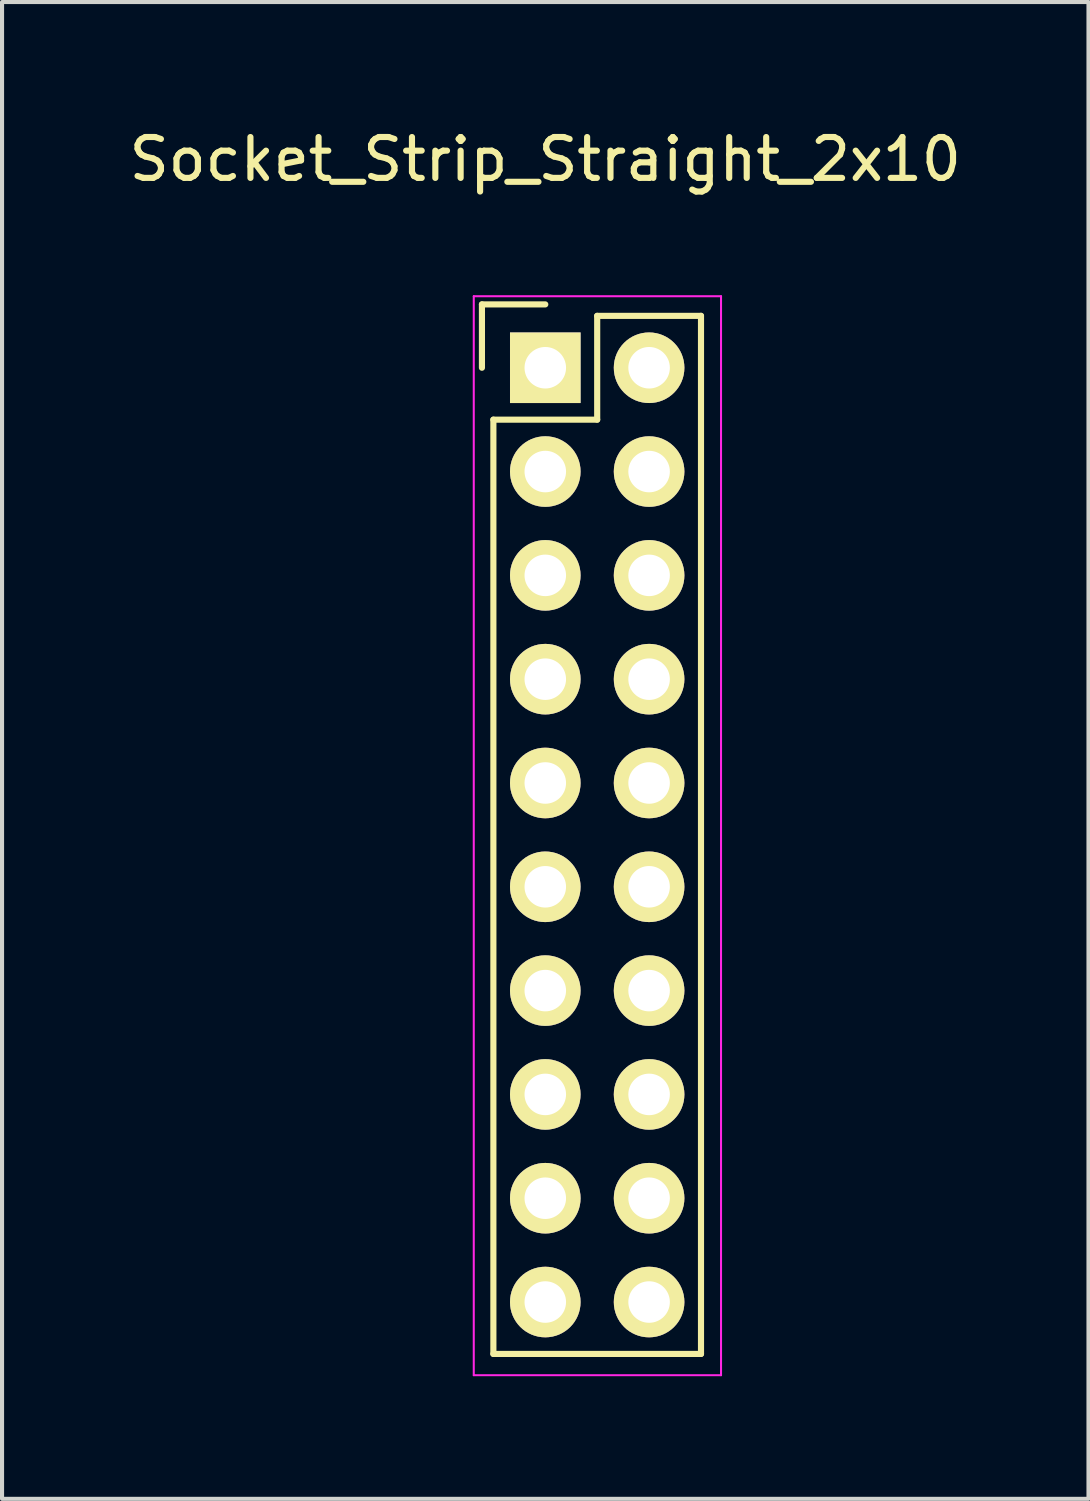
<source format=kicad_pcb>
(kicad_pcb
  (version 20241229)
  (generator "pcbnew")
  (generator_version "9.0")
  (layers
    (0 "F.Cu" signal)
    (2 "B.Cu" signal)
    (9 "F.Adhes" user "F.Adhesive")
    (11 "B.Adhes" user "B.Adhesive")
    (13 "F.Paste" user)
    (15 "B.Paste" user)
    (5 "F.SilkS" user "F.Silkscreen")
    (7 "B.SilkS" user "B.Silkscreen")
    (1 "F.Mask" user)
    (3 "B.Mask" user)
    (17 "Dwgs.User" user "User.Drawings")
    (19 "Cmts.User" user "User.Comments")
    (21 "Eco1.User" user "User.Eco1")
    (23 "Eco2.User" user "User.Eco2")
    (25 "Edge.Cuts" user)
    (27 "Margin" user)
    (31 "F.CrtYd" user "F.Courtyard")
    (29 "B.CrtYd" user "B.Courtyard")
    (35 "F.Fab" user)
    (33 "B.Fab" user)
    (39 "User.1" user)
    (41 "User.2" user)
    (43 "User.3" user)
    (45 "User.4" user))
  (footprint "Socket_Strip_Straight_2x10"
    (layer "F.Cu")
    (at 10.292 5.948)
    (property "Reference" "Socket_Strip_Straight_2x10" (at 0 -5.1 0) (layer "F.SilkS") (effects (font (size 1 1) (thickness 0.15))))
    (attr through_hole)
    (fp_line (start -1.55 -1.55) (end -1.55 0) (stroke (width 0.15) (type solid)) (layer "F.SilkS"))
    (fp_line (start -1.27 1.27) (end -1.27 24.13) (stroke (width 0.15) (type solid)) (layer "F.SilkS"))
    (fp_line (start 0 -1.55) (end -1.55 -1.55) (stroke (width 0.15) (type solid)) (layer "F.SilkS"))
    (fp_line (start 1.27 -1.27) (end 1.27 1.27) (stroke (width 0.15) (type solid)) (layer "F.SilkS"))
    (fp_line (start 1.27 1.27) (end -1.27 1.27) (stroke (width 0.15) (type solid)) (layer "F.SilkS"))
    (fp_line (start 3.81 -1.27) (end 1.27 -1.27) (stroke (width 0.15) (type solid)) (layer "F.SilkS"))
    (fp_line (start 3.81 24.13) (end -1.27 24.13) (stroke (width 0.15) (type solid)) (layer "F.SilkS"))
    (fp_line (start 3.81 24.13) (end 3.81 -1.27) (stroke (width 0.15) (type solid)) (layer "F.SilkS"))
    (fp_line (start -1.75 -1.75) (end -1.75 24.65) (stroke (width 0.05) (type solid)) (layer "F.CrtYd"))
    (fp_line (start -1.75 -1.75) (end 4.3 -1.75) (stroke (width 0.05) (type solid)) (layer "F.CrtYd"))
    (fp_line (start -1.75 24.65) (end 4.3 24.65) (stroke (width 0.05) (type solid)) (layer "F.CrtYd"))
    (fp_line (start 4.3 -1.75) (end 4.3 24.65) (stroke (width 0.05) (type solid)) (layer "F.CrtYd"))
    (pad "1" thru_hole rect (at 0 0) (size 1.727 1.727) (drill 1.016) (layers "*.Cu" "*.Mask" "F.SilkS"))
    (pad "2" thru_hole oval (at 2.54 0) (size 1.727 1.727) (drill 1.016) (layers "*.Cu" "*.Mask" "F.SilkS"))
    (pad "3" thru_hole oval (at 0 2.54) (size 1.727 1.727) (drill 1.016) (layers "*.Cu" "*.Mask" "F.SilkS"))
    (pad "4" thru_hole oval (at 2.54 2.54) (size 1.727 1.727) (drill 1.016) (layers "*.Cu" "*.Mask" "F.SilkS"))
    (pad "5" thru_hole oval (at 0 5.08) (size 1.727 1.727) (drill 1.016) (layers "*.Cu" "*.Mask" "F.SilkS"))
    (pad "6" thru_hole oval (at 2.54 5.08) (size 1.727 1.727) (drill 1.016) (layers "*.Cu" "*.Mask" "F.SilkS"))
    (pad "7" thru_hole oval (at 0 7.62) (size 1.727 1.727) (drill 1.016) (layers "*.Cu" "*.Mask" "F.SilkS"))
    (pad "8" thru_hole oval (at 2.54 7.62) (size 1.727 1.727) (drill 1.016) (layers "*.Cu" "*.Mask" "F.SilkS"))
    (pad "9" thru_hole oval (at 0 10.16) (size 1.727 1.727) (drill 1.016) (layers "*.Cu" "*.Mask" "F.SilkS"))
    (pad "10" thru_hole oval (at 2.54 10.16) (size 1.727 1.727) (drill 1.016) (layers "*.Cu" "*.Mask" "F.SilkS"))
    (pad "11" thru_hole oval (at 0 12.7) (size 1.727 1.727) (drill 1.016) (layers "*.Cu" "*.Mask" "F.SilkS"))
    (pad "12" thru_hole oval (at 2.54 12.7) (size 1.727 1.727) (drill 1.016) (layers "*.Cu" "*.Mask" "F.SilkS"))
    (pad "13" thru_hole oval (at 0 15.24) (size 1.727 1.727) (drill 1.016) (layers "*.Cu" "*.Mask" "F.SilkS"))
    (pad "14" thru_hole oval (at 2.54 15.24) (size 1.727 1.727) (drill 1.016) (layers "*.Cu" "*.Mask" "F.SilkS"))
    (pad "15" thru_hole oval (at 0 17.78) (size 1.727 1.727) (drill 1.016) (layers "*.Cu" "*.Mask" "F.SilkS"))
    (pad "16" thru_hole oval (at 2.54 17.78) (size 1.727 1.727) (drill 1.016) (layers "*.Cu" "*.Mask" "F.SilkS"))
    (pad "17" thru_hole oval (at 0 20.32) (size 1.727 1.727) (drill 1.016) (layers "*.Cu" "*.Mask" "F.SilkS"))
    (pad "18" thru_hole oval (at 2.54 20.32) (size 1.727 1.727) (drill 1.016) (layers "*.Cu" "*.Mask" "F.SilkS"))
    (pad "19" thru_hole oval (at 0 22.86) (size 1.727 1.727) (drill 1.016) (layers "*.Cu" "*.Mask" "F.SilkS"))
    (pad "20" thru_hole oval (at 2.54 22.86) (size 1.727 1.727) (drill 1.016) (layers "*.Cu" "*.Mask" "F.SilkS")))
  (gr_rect
    (start -3 -3)
    (end 23.583 33.623)
    (stroke (width 0.1) (type default))
    (fill no)
    (layer "Edge.Cuts")))
</source>
